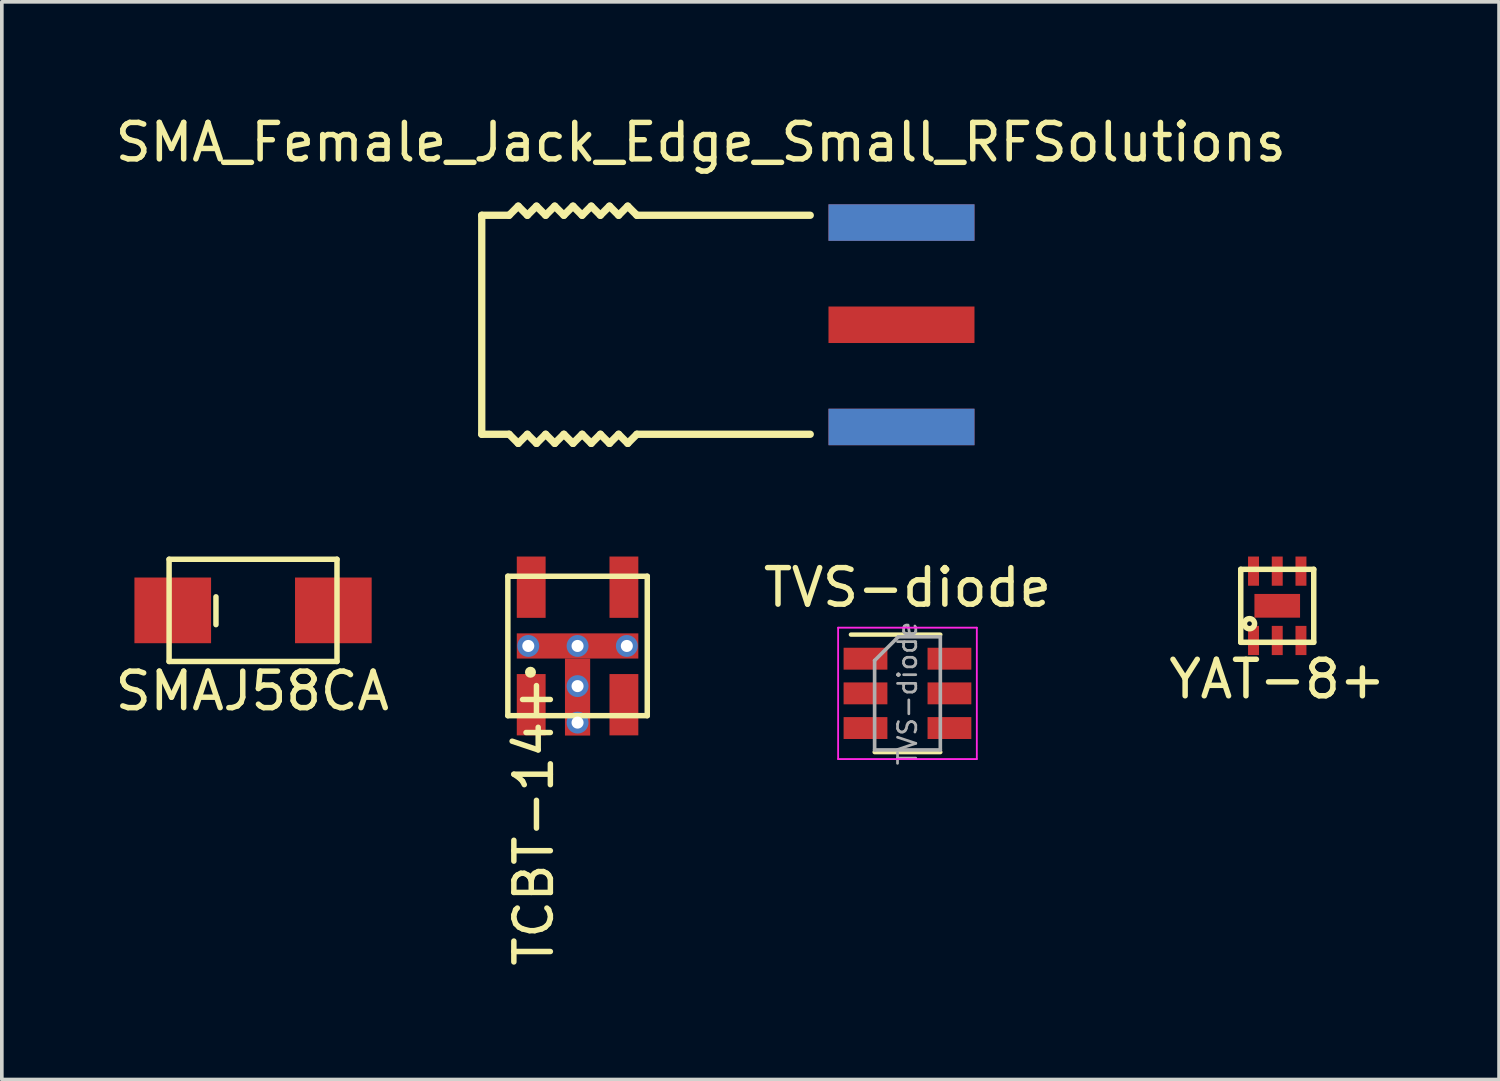
<source format=kicad_pcb>
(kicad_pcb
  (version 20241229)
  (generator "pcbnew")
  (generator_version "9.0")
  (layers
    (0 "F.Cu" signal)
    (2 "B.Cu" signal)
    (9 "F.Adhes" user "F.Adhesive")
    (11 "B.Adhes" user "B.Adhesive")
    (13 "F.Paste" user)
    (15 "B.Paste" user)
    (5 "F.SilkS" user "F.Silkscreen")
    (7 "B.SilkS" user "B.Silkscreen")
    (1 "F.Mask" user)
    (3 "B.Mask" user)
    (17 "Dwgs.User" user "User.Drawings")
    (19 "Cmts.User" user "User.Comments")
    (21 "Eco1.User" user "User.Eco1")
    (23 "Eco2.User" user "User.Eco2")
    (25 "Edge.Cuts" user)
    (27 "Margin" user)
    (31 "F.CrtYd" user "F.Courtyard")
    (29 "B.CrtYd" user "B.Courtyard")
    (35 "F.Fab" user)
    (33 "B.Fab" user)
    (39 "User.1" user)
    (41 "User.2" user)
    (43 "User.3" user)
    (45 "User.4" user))
  (footprint "TCBT-14+"
    (layer "F.Cu")
    (at 12.774 14.648)
    (property "Reference" "TCBT-14+" (at -1.2 4.8 270) (layer "F.SilkS") (effects (font (size 1 1) (thickness 0.15))))
    (attr smd)
    (fp_line (start -1.91 -1.91) (end -1.91 1.91) (stroke (width 0.15) (type solid)) (layer "F.SilkS"))
    (fp_line (start -1.91 1.91) (end 1.91 1.91) (stroke (width 0.15) (type solid)) (layer "F.SilkS"))
    (fp_line (start 1.91 -1.91) (end -1.91 -1.91) (stroke (width 0.15) (type solid)) (layer "F.SilkS"))
    (fp_line (start 1.91 1.91) (end 1.91 -1.91) (stroke (width 0.15) (type solid)) (layer "F.SilkS"))
    (fp_circle (center -1.29 0.72) (end -1.22 0.75) (stroke (width 0.15) (type solid)) (fill no) (layer "F.SilkS"))
    (pad "1" smd rect (at -1.27 1.61) (size 0.79 1.68) (layers "F.Cu" "F.Mask" "F.Paste"))
    (pad "2" smd rect (at 1.27 1.61) (size 0.79 1.68) (layers "F.Cu" "F.Mask" "F.Paste"))
    (pad "3" smd rect (at 1.27 -1.61) (size 0.79 1.68) (layers "F.Cu" "F.Mask" "F.Paste"))
    (pad "4" smd rect (at -1.27 -1.61) (size 0.79 1.68) (layers "F.Cu" "F.Mask" "F.Paste"))
    (pad "5" thru_hole circle (at -1.35 0) (size 0.6 0.6) (drill 0.33) (layers "*.Cu" "*.Mask" "F.Paste"))
    (pad "5" thru_hole circle (at 0 0) (size 0.6 0.6) (drill 0.33) (layers "*.Cu" "*.Mask" "F.Paste"))
    (pad "5" smd rect (at 0 0) (size 3.33 0.69) (layers "F.Cu" "F.Mask" "F.Paste"))
    (pad "5" thru_hole circle (at 0 1.1) (size 0.6 0.6) (drill 0.33) (layers "*.Cu" "*.Mask" "F.Paste"))
    (pad "5" smd rect (at 0 1.4) (size 0.69 2.11) (layers "F.Cu" "F.Mask" "F.Paste"))
    (pad "5" thru_hole circle (at 0 2.1) (size 0.6 0.6) (drill 0.33) (layers "*.Cu" "*.Mask" "F.Paste"))
    (pad "5" thru_hole circle (at 1.35 0) (size 0.6 0.6) (drill 0.33) (layers "*.Cu" "*.Mask" "F.Paste")))
  (footprint "SMAJ58CA"
    (layer "F.Cu")
    (at 3.883 13.673)
    (property "Reference" "SMAJ58CA" (at -0.02 2.21 0) (layer "F.SilkS") (effects (font (size 1 1) (thickness 0.15))))
    (attr through_hole)
    (fp_line (start -2.3 -1.4) (end -2.3 1.4) (stroke (width 0.15) (type solid)) (layer "F.SilkS"))
    (fp_line (start -2.3 1.4) (end 2.3 1.4) (stroke (width 0.15) (type solid)) (layer "F.SilkS"))
    (fp_line (start 2.3 -1.4) (end -2.3 -1.4) (stroke (width 0.15) (type solid)) (layer "F.SilkS"))
    (fp_line (start 2.3 1.4) (end 2.3 -1.4) (stroke (width 0.15) (type solid)) (layer "F.SilkS"))
    (fp_text user "-" (at -1.09 0.01 90) (layer "F.SilkS") (effects (font (size 1 1) (thickness 0.15))))
    (pad "1" smd rect (at -2.2 0) (size 2.1 1.8) (layers "F.Cu" "F.Mask" "F.Paste"))
    (pad "2" smd rect (at 2.2 0) (size 2.1 1.8) (layers "F.Cu" "F.Mask" "F.Paste")))
  (footprint "YAT-8+"
    (layer "F.Cu")
    (at 31.944 13.548)
    (property "Reference" "YAT-8+" (at 0 2.01 0) (layer "F.SilkS") (effects (font (size 1 1) (thickness 0.15))))
    (attr through_hole)
    (fp_line (start -1 -1) (end -1 1) (stroke (width 0.15) (type solid)) (layer "F.SilkS"))
    (fp_line (start -1 1) (end 1 1) (stroke (width 0.15) (type solid)) (layer "F.SilkS"))
    (fp_line (start 1 -1) (end -1 -1) (stroke (width 0.15) (type solid)) (layer "F.SilkS"))
    (fp_line (start 1 1) (end 1 -1) (stroke (width 0.15) (type solid)) (layer "F.SilkS"))
    (fp_circle (center -0.76 0.49) (end -0.71 0.53) (stroke (width 0.15) (type solid)) (fill no) (layer "F.SilkS"))
    (pad "1" smd rect (at -0.65 0.95) (size 0.3 0.8) (layers "F.Cu" "F.Mask" "F.Paste"))
    (pad "2" smd rect (at 0 0.95) (size 0.3 0.8) (layers "F.Cu" "F.Mask" "F.Paste"))
    (pad "3" smd rect (at 0.65 0.95) (size 0.3 0.8) (layers "F.Cu" "F.Mask" "F.Paste"))
    (pad "4" smd rect (at 0.65 -0.95) (size 0.3 0.8) (layers "F.Cu" "F.Mask" "F.Paste"))
    (pad "5" smd rect (at 0 -0.95) (size 0.3 0.8) (layers "F.Cu" "F.Mask" "F.Paste"))
    (pad "6" smd rect (at -0.65 -0.95) (size 0.3 0.8) (layers "F.Cu" "F.Mask" "F.Paste"))
    (pad "6" smd rect (at 0 0) (size 1.25 0.65) (layers "F.Cu" "F.Mask" "F.Paste")))
  (footprint "SMA_Female_Jack_Edge_Small_RFSolutions"
    (layer "F.Cu")
    (at 19.649 5.848)
    (property "Reference" "SMA_Female_Jack_Edge_Small_RFSolutions" (at -3.5 -5 0) (layer "F.SilkS") (effects (font (size 1 1) (thickness 0.15))))
    (attr through_hole)
    (fp_line (start -9.5 -3) (end -9.5 3) (stroke (width 0.2) (type solid)) (layer "F.SilkS"))
    (fp_line (start -8.75 -3) (end -9.5 -3) (stroke (width 0.2) (type solid)) (layer "F.SilkS"))
    (fp_line (start -8.75 3) (end -9.5 3) (stroke (width 0.2) (type solid)) (layer "F.SilkS"))
    (fp_line (start -8.5 -3.25) (end -8.75 -3) (stroke (width 0.2) (type solid)) (layer "F.SilkS"))
    (fp_line (start -8.5 3.25) (end -8.75 3) (stroke (width 0.2) (type solid)) (layer "F.SilkS"))
    (fp_line (start -8.25 -3) (end -8.5 -3.25) (stroke (width 0.2) (type solid)) (layer "F.SilkS"))
    (fp_line (start -8.25 3) (end -8.5 3.25) (stroke (width 0.2) (type solid)) (layer "F.SilkS"))
    (fp_line (start -8 -3.25) (end -8.25 -3) (stroke (width 0.2) (type solid)) (layer "F.SilkS"))
    (fp_line (start -8 3.25) (end -8.25 3) (stroke (width 0.2) (type solid)) (layer "F.SilkS"))
    (fp_line (start -7.75 -3) (end -8 -3.25) (stroke (width 0.2) (type solid)) (layer "F.SilkS"))
    (fp_line (start -7.75 3) (end -8 3.25) (stroke (width 0.2) (type solid)) (layer "F.SilkS"))
    (fp_line (start -7.5 -3.25) (end -7.75 -3) (stroke (width 0.2) (type solid)) (layer "F.SilkS"))
    (fp_line (start -7.5 3.25) (end -7.75 3) (stroke (width 0.2) (type solid)) (layer "F.SilkS"))
    (fp_line (start -7.25 -3) (end -7.5 -3.25) (stroke (width 0.2) (type solid)) (layer "F.SilkS"))
    (fp_line (start -7.25 3) (end -7.5 3.25) (stroke (width 0.2) (type solid)) (layer "F.SilkS"))
    (fp_line (start -7 -3.25) (end -7.25 -3) (stroke (width 0.2) (type solid)) (layer "F.SilkS"))
    (fp_line (start -7 3.25) (end -7.25 3) (stroke (width 0.2) (type solid)) (layer "F.SilkS"))
    (fp_line (start -6.75 -3) (end -7 -3.25) (stroke (width 0.2) (type solid)) (layer "F.SilkS"))
    (fp_line (start -6.75 3) (end -7 3.25) (stroke (width 0.2) (type solid)) (layer "F.SilkS"))
    (fp_line (start -6.5 -3.25) (end -6.75 -3) (stroke (width 0.2) (type solid)) (layer "F.SilkS"))
    (fp_line (start -6.5 3.25) (end -6.75 3) (stroke (width 0.2) (type solid)) (layer "F.SilkS"))
    (fp_line (start -6.25 -3) (end -6.5 -3.25) (stroke (width 0.2) (type solid)) (layer "F.SilkS"))
    (fp_line (start -6.25 3) (end -6.5 3.25) (stroke (width 0.2) (type solid)) (layer "F.SilkS"))
    (fp_line (start -6 -3.25) (end -6.25 -3) (stroke (width 0.2) (type solid)) (layer "F.SilkS"))
    (fp_line (start -6 3.25) (end -6.25 3) (stroke (width 0.2) (type solid)) (layer "F.SilkS"))
    (fp_line (start -5.75 -3) (end -6 -3.25) (stroke (width 0.2) (type solid)) (layer "F.SilkS"))
    (fp_line (start -5.75 3) (end -6 3.25) (stroke (width 0.2) (type solid)) (layer "F.SilkS"))
    (fp_line (start -5.5 -3.25) (end -5.75 -3) (stroke (width 0.2) (type solid)) (layer "F.SilkS"))
    (fp_line (start -5.5 3.25) (end -5.75 3) (stroke (width 0.2) (type solid)) (layer "F.SilkS"))
    (fp_line (start -5.25 -3) (end -5.5 -3.25) (stroke (width 0.2) (type solid)) (layer "F.SilkS"))
    (fp_line (start -5.25 3) (end -5.5 3.25) (stroke (width 0.2) (type solid)) (layer "F.SilkS"))
    (fp_line (start -0.5 -3) (end -5.25 -3) (stroke (width 0.2) (type solid)) (layer "F.SilkS"))
    (fp_line (start -0.5 3) (end -5.25 3) (stroke (width 0.2) (type solid)) (layer "F.SilkS"))
    (pad "1" smd rect (at 2 0) (size 4 1) (layers "F.Cu" "F.Mask" "F.Paste"))
    (pad "2" smd rect (at 2 -2.8) (size 4 1) (layers "F.Cu" "F.Mask" "F.Paste"))
    (pad "2" smd rect (at 2 -2.8) (size 4 1) (layers "B.Cu" "B.Mask" "B.Paste"))
    (pad "2" smd rect (at 2 2.8) (size 4 1) (layers "F.Cu" "F.Mask" "F.Paste"))
    (pad "2" smd rect (at 2 2.8) (size 4 1) (layers "B.Cu" "B.Mask" "B.Paste")))
  (footprint "TVS-diode"
    (layer "F.Cu")
    (at 21.813 15.947)
    (property "Reference" "TVS-diode" (at 0 -2.9 0) (layer "F.SilkS") (effects (font (size 1 1) (thickness 0.15))))
    (attr smd)
    (fp_line (start -0.9 1.61) (end 0.9 1.61) (stroke (width 0.12) (type solid)) (layer "F.SilkS"))
    (fp_line (start 0.9 -1.61) (end -1.55 -1.61) (stroke (width 0.12) (type solid)) (layer "F.SilkS"))
    (fp_line (start -1.9 -1.8) (end -1.9 1.8) (stroke (width 0.05) (type solid)) (layer "F.CrtYd"))
    (fp_line (start -1.9 1.8) (end 1.9 1.8) (stroke (width 0.05) (type solid)) (layer "F.CrtYd"))
    (fp_line (start 1.9 -1.8) (end -1.9 -1.8) (stroke (width 0.05) (type solid)) (layer "F.CrtYd"))
    (fp_line (start 1.9 1.8) (end 1.9 -1.8) (stroke (width 0.05) (type solid)) (layer "F.CrtYd"))
    (fp_line (start -0.9 -0.9) (end -0.9 1.55) (stroke (width 0.1) (type solid)) (layer "F.Fab"))
    (fp_line (start -0.9 -0.9) (end -0.25 -1.55) (stroke (width 0.1) (type solid)) (layer "F.Fab"))
    (fp_line (start 0.9 -1.55) (end -0.25 -1.55) (stroke (width 0.1) (type solid)) (layer "F.Fab"))
    (fp_line (start 0.9 -1.55) (end 0.9 1.55) (stroke (width 0.1) (type solid)) (layer "F.Fab"))
    (fp_line (start 0.9 1.55) (end -0.9 1.55) (stroke (width 0.1) (type solid)) (layer "F.Fab"))
    (fp_text user "${REFERENCE}" (at 0 0 90) (layer "F.Fab") (effects (font (size 0.5 0.5) (thickness 0.075))))
    (pad "1" smd rect (at -1.15 -0.95) (size 1.2 0.6) (layers "F.Cu" "F.Mask" "F.Paste"))
    (pad "2" smd rect (at -1.15 0) (size 1.2 0.6) (layers "F.Cu" "F.Mask" "F.Paste"))
    (pad "3" smd rect (at -1.15 0.95) (size 1.2 0.6) (layers "F.Cu" "F.Mask" "F.Paste"))
    (pad "4" smd rect (at 1.15 0.95) (size 1.2 0.6) (layers "F.Cu" "F.Mask" "F.Paste"))
    (pad "5" smd rect (at 1.15 0) (size 1.2 0.6) (layers "F.Cu" "F.Mask" "F.Paste"))
    (pad "6" smd rect (at 1.15 -0.95) (size 1.2 0.6) (layers "F.Cu" "F.Mask" "F.Paste")))
  (gr_rect
    (start -3 -3)
    (end 38.021 26.526)
    (stroke (width 0.1) (type default))
    (fill no)
    (layer "Edge.Cuts")))
</source>
